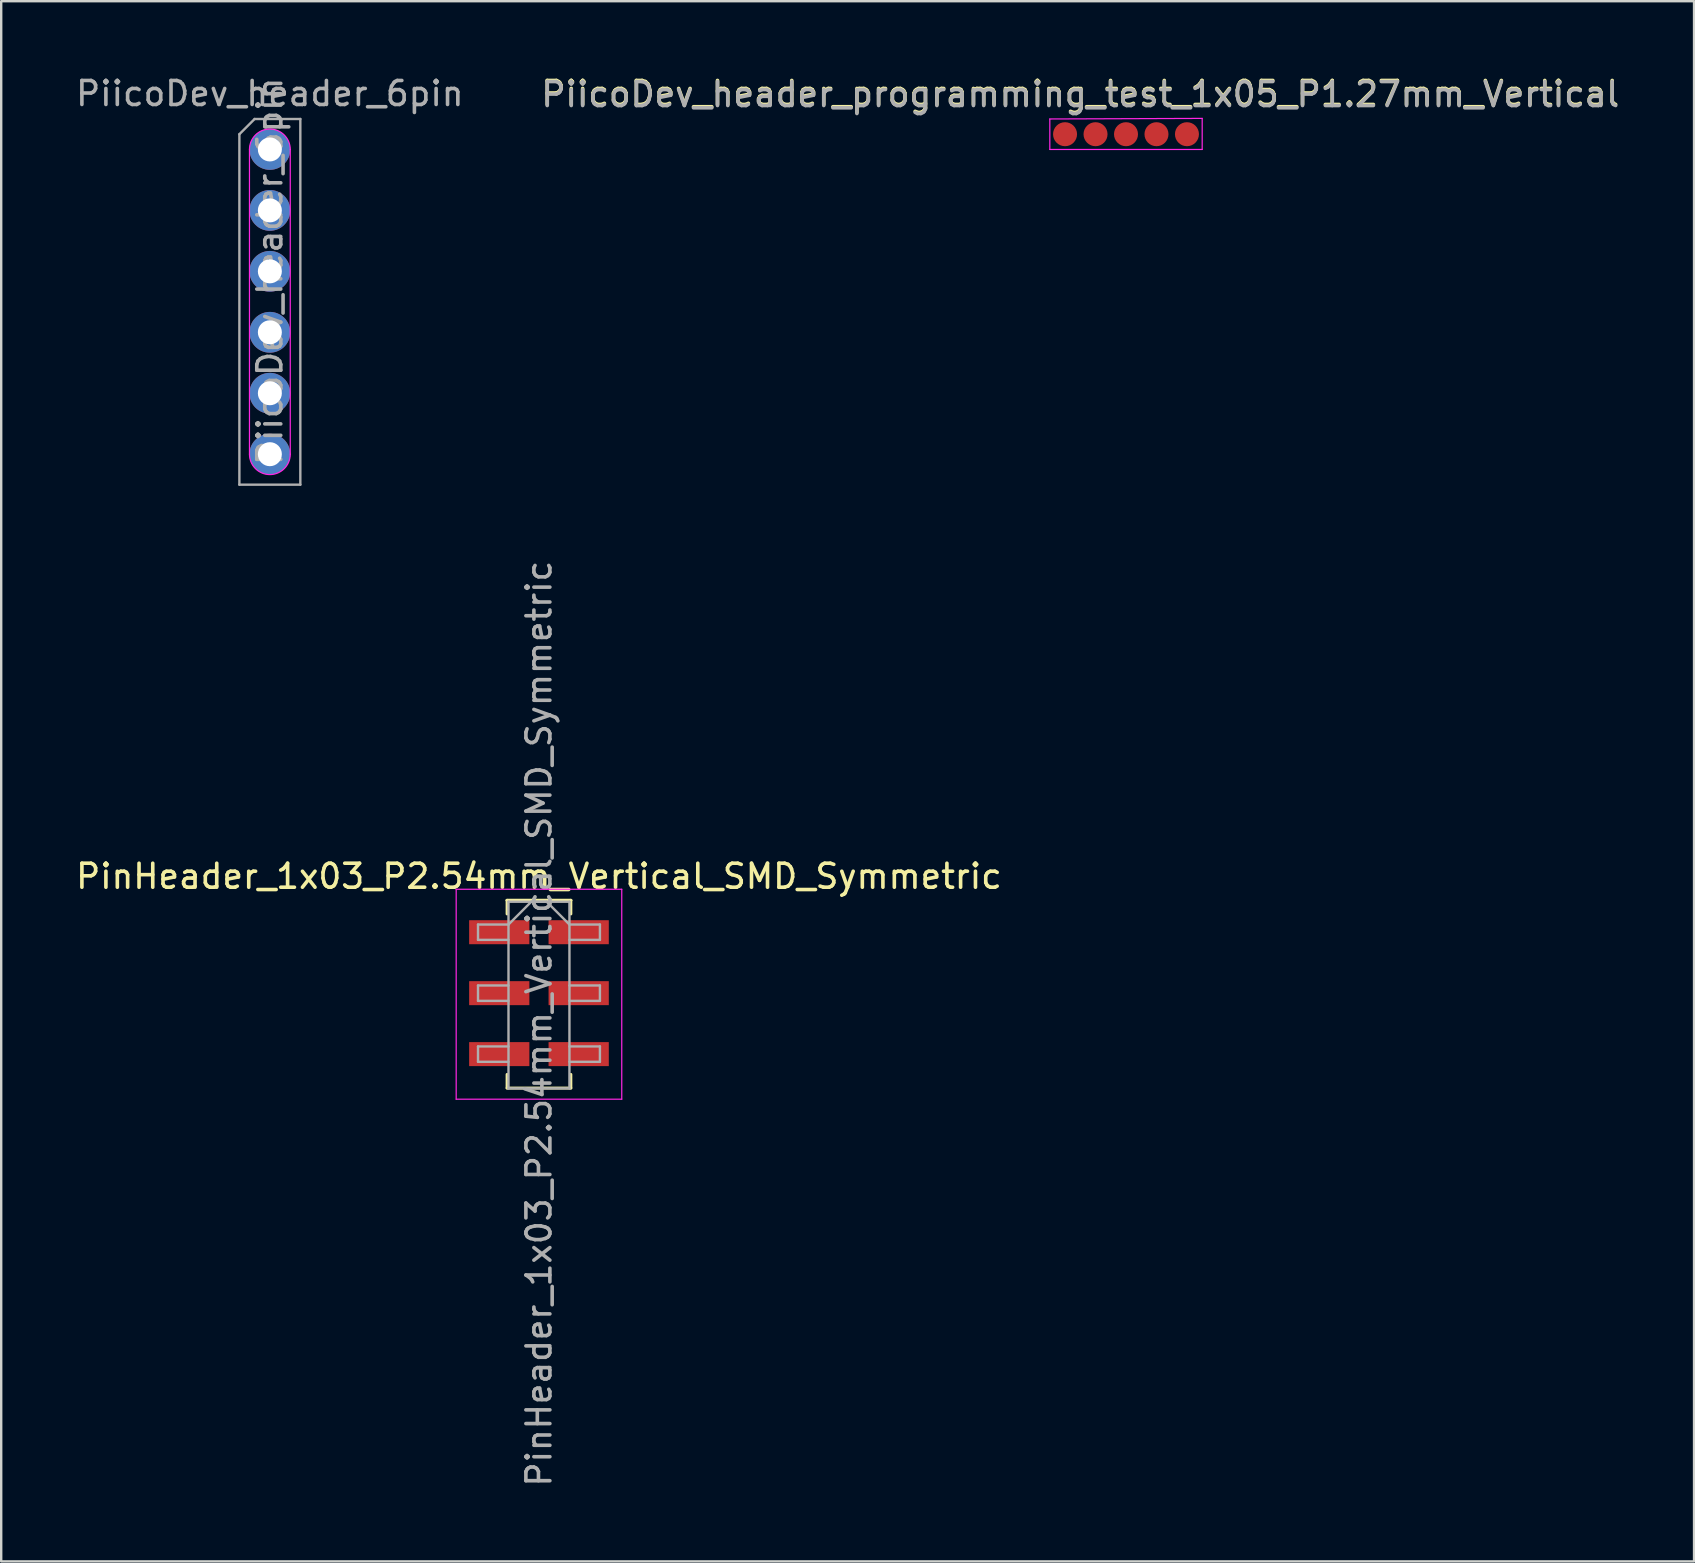
<source format=kicad_pcb>
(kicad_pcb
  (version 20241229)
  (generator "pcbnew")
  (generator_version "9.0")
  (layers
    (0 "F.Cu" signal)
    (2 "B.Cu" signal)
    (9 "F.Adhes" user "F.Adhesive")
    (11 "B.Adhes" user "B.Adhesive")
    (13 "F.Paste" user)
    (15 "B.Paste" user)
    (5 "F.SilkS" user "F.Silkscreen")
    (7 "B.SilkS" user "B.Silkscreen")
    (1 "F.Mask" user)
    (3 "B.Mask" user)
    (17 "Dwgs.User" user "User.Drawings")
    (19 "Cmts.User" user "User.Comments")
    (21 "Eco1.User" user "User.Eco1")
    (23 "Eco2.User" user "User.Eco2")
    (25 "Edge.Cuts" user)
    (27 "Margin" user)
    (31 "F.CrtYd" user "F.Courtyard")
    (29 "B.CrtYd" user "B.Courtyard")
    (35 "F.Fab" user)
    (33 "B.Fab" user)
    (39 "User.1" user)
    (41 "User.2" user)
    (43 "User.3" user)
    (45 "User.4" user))
  (footprint "PiicoDev_header_6pin"
    (layer "F.Cu")
    (at 8.196 3.178)
    (property "Reference" "PiicoDev_header_6pin" (at 0 -2.33 0) (layer "F.Fab") (effects (font (size 1 1) (thickness 0.15))))
    (attr through_hole)
    (fp_line (start -0.85 0) (end -0.85 12.7) (stroke (width 0.05) (type solid)) (layer "F.CrtYd"))
    (fp_line (start 0.85 0) (end 0.85 12.7) (stroke (width 0.05) (type solid)) (layer "F.CrtYd"))
    (fp_arc (start -0.85 0) (mid 0 -0.85) (end 0.85 0) (stroke (width 0.05) (type solid)) (layer "F.CrtYd"))
    (fp_arc (start 0.85 12.7) (mid 0 13.55) (end -0.85 12.7) (stroke (width 0.05) (type solid)) (layer "F.CrtYd"))
    (fp_line (start -1.27 -0.635) (end -0.635 -1.27) (stroke (width 0.1) (type solid)) (layer "F.Fab"))
    (fp_line (start -1.27 13.97) (end -1.27 -0.635) (stroke (width 0.1) (type solid)) (layer "F.Fab"))
    (fp_line (start -0.635 -1.27) (end 1.27 -1.27) (stroke (width 0.1) (type solid)) (layer "F.Fab"))
    (fp_line (start 1.27 -1.27) (end 1.27 13.97) (stroke (width 0.1) (type solid)) (layer "F.Fab"))
    (fp_line (start 1.27 13.97) (end -1.27 13.97) (stroke (width 0.1) (type solid)) (layer "F.Fab"))
    (fp_text user "${REFERENCE}" (at 0 5.08 90) (layer "F.Fab") (effects (font (size 1 1) (thickness 0.15))))
    (pad "1" thru_hole circle (at 0 0) (size 1.7 1.7) (drill 1) (layers "*.Cu" "*.Mask"))
    (pad "2" thru_hole oval (at 0 2.54) (size 1.7 1.7) (drill 1) (layers "*.Cu" "*.Mask"))
    (pad "3" thru_hole oval (at 0 5.08) (size 1.7 1.7) (drill 1) (layers "*.Cu" "*.Mask"))
    (pad "4" thru_hole oval (at 0 7.62) (size 1.7 1.7) (drill 1) (layers "*.Cu" "*.Mask"))
    (pad "5" thru_hole oval (at 0 10.16) (size 1.7 1.7) (drill 1) (layers "*.Cu" "*.Mask"))
    (pad "6" thru_hole oval (at 0 12.7) (size 1.7 1.7) (drill 1) (layers "*.Cu" "*.Mask")))
  (footprint "PiicoDev_header_programming_test_1x05_P1.27mm_Vertical"
    (layer "F.Cu")
    (at 41.335 2.543)
    (property "Reference" "PiicoDev_header_programming_test_1x05_P1.27mm_Vertical" (at 0.635 -1.695 180) (layer "F.SilkS") (effects (font (size 1 1) (thickness 0.15))))
    (attr exclude_from_pos_files exclude_from_bom)
    (fp_line (start -0.635 -0.635) (end -0.635 0.635) (stroke (width 0.05) (type solid)) (layer "F.CrtYd"))
    (fp_line (start -0.635 0.635) (end 5.715 0.635) (stroke (width 0.05) (type solid)) (layer "F.CrtYd"))
    (fp_line (start 5.715 -0.659) (end -0.635 -0.635) (stroke (width 0.05) (type solid)) (layer "F.CrtYd"))
    (fp_line (start 5.715 0.635) (end 5.715 -0.659) (stroke (width 0.05) (type solid)) (layer "F.CrtYd"))
    (fp_text user "${REFERENCE}" (at 0.635 -1.651 180) (layer "F.Fab") (effects (font (size 1 1) (thickness 0.15))))
    (pad "1" smd circle (at 0 0) (size 1 1) (layers "F.Cu" "F.Mask" "F.Paste"))
    (pad "2" smd oval (at 1.27 0) (size 1 1) (layers "F.Cu" "F.Mask" "F.Paste"))
    (pad "3" smd oval (at 2.54 0) (size 1 1) (layers "F.Cu" "F.Mask" "F.Paste"))
    (pad "4" smd oval (at 3.81 0) (size 1 1) (layers "F.Cu" "F.Mask" "F.Paste"))
    (pad "5" smd oval (at 5.08 0) (size 1 1) (layers "F.Cu" "F.Mask" "F.Paste")))
  (footprint "PinHeader_1x03_P2.54mm_Vertical_SMD_Symmetric"
    (layer "F.Cu")
    (at 19.411 38.359)
    (property "Reference" "PinHeader_1x03_P2.54mm_Vertical_SMD_Symmetric" (at 0 -4.89 0) (layer "F.SilkS") (effects (font (size 1 1) (thickness 0.15))))
    (attr smd)
    (fp_line (start -1.33 -3.89) (end -1.33 -3.32) (stroke (width 0.12) (type solid)) (layer "F.SilkS"))
    (fp_line (start -1.33 -3.89) (end 1.33 -3.89) (stroke (width 0.12) (type solid)) (layer "F.SilkS"))
    (fp_line (start -1.33 -3.89) (end 1.33 -3.89) (stroke (width 0.12) (type solid)) (layer "F.SilkS"))
    (fp_line (start -1.33 3.365) (end -1.33 3.935) (stroke (width 0.12) (type solid)) (layer "F.SilkS"))
    (fp_line (start -1.33 3.935) (end 1.33 3.935) (stroke (width 0.12) (type solid)) (layer "F.SilkS"))
    (fp_line (start 1.33 -3.89) (end 1.33 -3.32) (stroke (width 0.12) (type solid)) (layer "F.SilkS"))
    (fp_line (start 1.33 3.365) (end 1.33 3.935) (stroke (width 0.12) (type solid)) (layer "F.SilkS"))
    (fp_line (start -3.45 -4.35) (end -3.45 4.4) (stroke (width 0.05) (type solid)) (layer "F.CrtYd"))
    (fp_line (start -3.45 4.4) (end 3.45 4.4) (stroke (width 0.05) (type solid)) (layer "F.CrtYd"))
    (fp_line (start 3.45 -4.35) (end -3.45 -4.35) (stroke (width 0.05) (type solid)) (layer "F.CrtYd"))
    (fp_line (start 3.45 4.4) (end 3.45 -4.35) (stroke (width 0.05) (type solid)) (layer "F.CrtYd"))
    (fp_line (start -2.54 -2.88) (end -2.54 -2.24) (stroke (width 0.1) (type solid)) (layer "F.Fab"))
    (fp_line (start -2.54 -2.24) (end -1.27 -2.24) (stroke (width 0.1) (type solid)) (layer "F.Fab"))
    (fp_line (start -2.54 -0.34) (end -2.54 0.3) (stroke (width 0.1) (type solid)) (layer "F.Fab"))
    (fp_line (start -2.54 0.3) (end -1.27 0.3) (stroke (width 0.1) (type solid)) (layer "F.Fab"))
    (fp_line (start -2.54 2.2) (end -2.54 2.84) (stroke (width 0.1) (type solid)) (layer "F.Fab"))
    (fp_line (start -2.54 2.84) (end -1.27 2.84) (stroke (width 0.1) (type solid)) (layer "F.Fab"))
    (fp_line (start -1.27 -3.83) (end -1.27 3.95) (stroke (width 0.1) (type solid)) (layer "F.Fab"))
    (fp_line (start -1.27 -3.83) (end 0.32 -3.83) (stroke (width 0.1) (type solid)) (layer "F.Fab"))
    (fp_line (start -1.27 -2.88) (end -2.54 -2.88) (stroke (width 0.1) (type solid)) (layer "F.Fab"))
    (fp_line (start -1.27 -2.88) (end -0.32 -3.83) (stroke (width 0.1) (type solid)) (layer "F.Fab"))
    (fp_line (start -1.27 -0.34) (end -2.54 -0.34) (stroke (width 0.1) (type solid)) (layer "F.Fab"))
    (fp_line (start -1.27 2.2) (end -2.54 2.2) (stroke (width 0.1) (type solid)) (layer "F.Fab"))
    (fp_line (start -0.32 -3.83) (end 1.27 -3.83) (stroke (width 0.1) (type solid)) (layer "F.Fab"))
    (fp_line (start 1.27 -3.83) (end 1.27 3.95) (stroke (width 0.1) (type solid)) (layer "F.Fab"))
    (fp_line (start 1.27 -2.88) (end 0.32 -3.83) (stroke (width 0.1) (type solid)) (layer "F.Fab"))
    (fp_line (start 1.27 -2.88) (end 2.54 -2.88) (stroke (width 0.1) (type solid)) (layer "F.Fab"))
    (fp_line (start 1.27 -0.34) (end 2.54 -0.34) (stroke (width 0.1) (type solid)) (layer "F.Fab"))
    (fp_line (start 1.27 2.2) (end 2.54 2.2) (stroke (width 0.1) (type solid)) (layer "F.Fab"))
    (fp_line (start 1.27 3.95) (end -1.27 3.95) (stroke (width 0.1) (type solid)) (layer "F.Fab"))
    (fp_line (start 2.54 -2.88) (end 2.54 -2.24) (stroke (width 0.1) (type solid)) (layer "F.Fab"))
    (fp_line (start 2.54 -2.24) (end 1.27 -2.24) (stroke (width 0.1) (type solid)) (layer "F.Fab"))
    (fp_line (start 2.54 -0.34) (end 2.54 0.3) (stroke (width 0.1) (type solid)) (layer "F.Fab"))
    (fp_line (start 2.54 0.3) (end 1.27 0.3) (stroke (width 0.1) (type solid)) (layer "F.Fab"))
    (fp_line (start 2.54 2.2) (end 2.54 2.84) (stroke (width 0.1) (type solid)) (layer "F.Fab"))
    (fp_line (start 2.54 2.84) (end 1.27 2.84) (stroke (width 0.1) (type solid)) (layer "F.Fab"))
    (fp_text user "${REFERENCE}" (at 0 1.25 90) (layer "F.Fab") (effects (font (size 1 1) (thickness 0.15))))
    (pad "1" smd rect (at -1.655 -2.56) (size 2.51 1) (layers "F.Cu" "F.Mask" "F.Paste"))
    (pad "1" smd rect (at 1.655 -2.56) (size 2.51 1) (layers "F.Cu" "F.Mask" "F.Paste"))
    (pad "2" smd rect (at -1.655 -0.02) (size 2.51 1) (layers "F.Cu" "F.Mask" "F.Paste"))
    (pad "2" smd rect (at 1.655 -0.02) (size 2.51 1) (layers "F.Cu" "F.Mask" "F.Paste"))
    (pad "3" smd rect (at -1.655 2.52) (size 2.51 1) (layers "F.Cu" "F.Mask" "F.Paste"))
    (pad "3" smd rect (at 1.655 2.52) (size 2.51 1) (layers "F.Cu" "F.Mask" "F.Paste")))
  (gr_rect
    (start -3 -3)
    (end 67.548 62.02)
    (stroke (width 0.1) (type default))
    (fill no)
    (layer "Edge.Cuts")))
</source>
